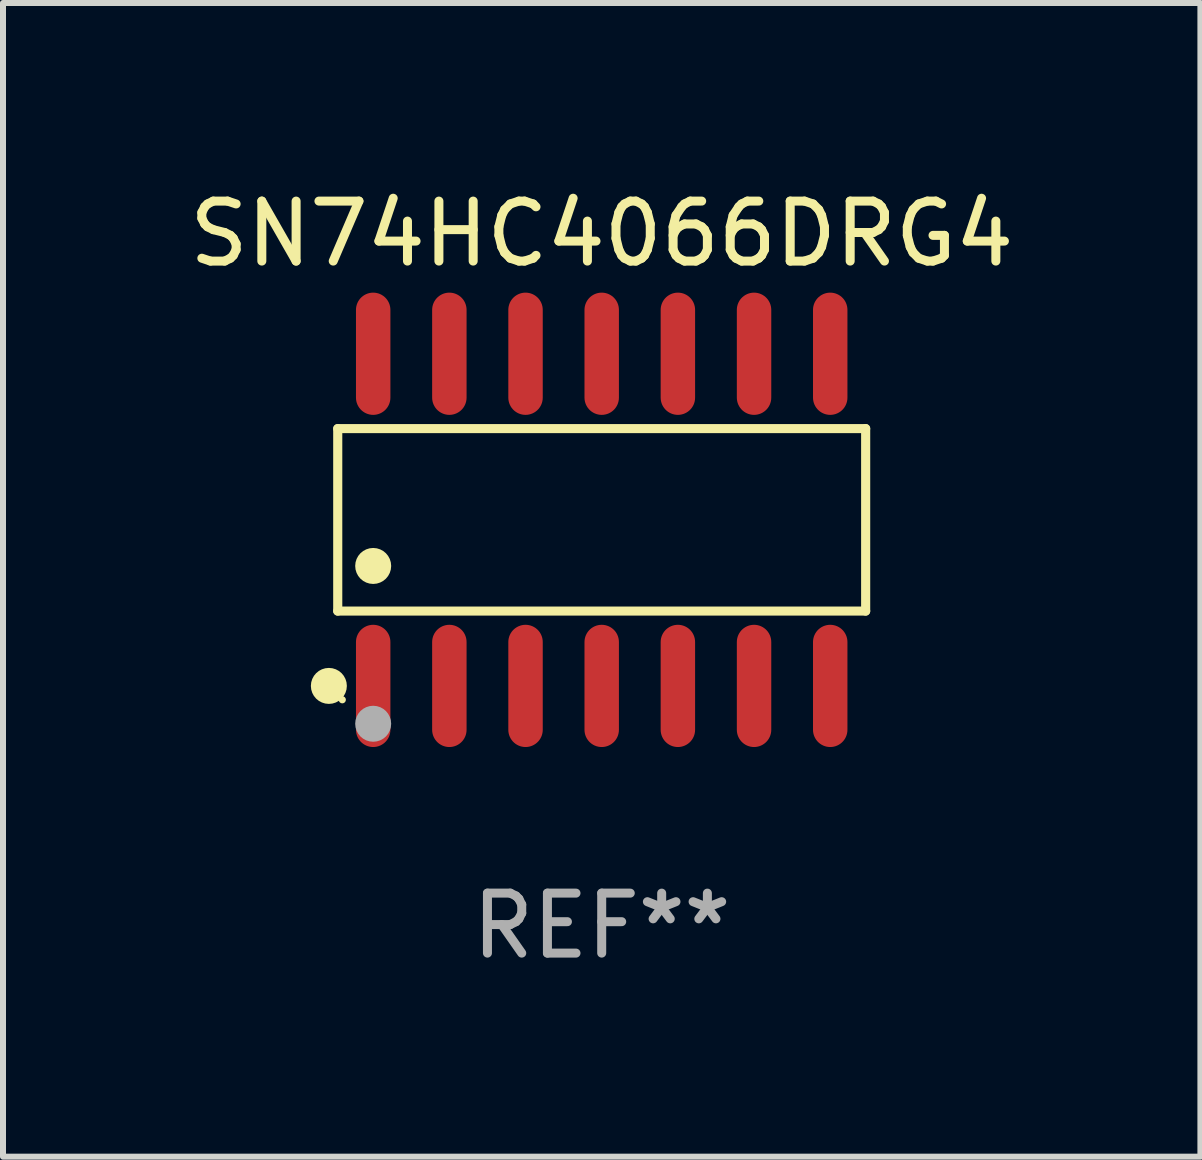
<source format=kicad_pcb>
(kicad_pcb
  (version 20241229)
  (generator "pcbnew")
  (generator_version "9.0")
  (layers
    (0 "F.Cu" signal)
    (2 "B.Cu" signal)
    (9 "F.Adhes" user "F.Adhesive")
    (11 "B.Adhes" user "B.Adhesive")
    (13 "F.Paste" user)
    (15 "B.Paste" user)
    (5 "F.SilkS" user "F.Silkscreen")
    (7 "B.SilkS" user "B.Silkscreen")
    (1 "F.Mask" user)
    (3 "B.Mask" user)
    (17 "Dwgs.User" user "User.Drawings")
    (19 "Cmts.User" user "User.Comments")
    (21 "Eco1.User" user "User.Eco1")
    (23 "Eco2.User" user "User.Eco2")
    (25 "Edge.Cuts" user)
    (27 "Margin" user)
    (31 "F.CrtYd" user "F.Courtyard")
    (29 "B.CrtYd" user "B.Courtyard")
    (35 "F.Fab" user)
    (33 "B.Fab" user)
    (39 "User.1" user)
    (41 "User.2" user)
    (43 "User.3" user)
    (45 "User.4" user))
  (footprint "SN74HC4066DRG4"
    (layer "F.Cu")
    (at 6.982 5.617)
    (property "Reference" "SN74HC4066DRG4" (at 0 -4.769 0) (layer "F.SilkS") (effects (font (size 1 1) (thickness 0.15))))
    (attr through_hole)
    (fp_line (start -4.401 -1.521) (end 4.401 -1.521) (stroke (width 0.152) (type solid)) (layer "F.SilkS"))
    (fp_line (start -4.401 1.521) (end -4.401 -1.521) (stroke (width 0.152) (type solid)) (layer "F.SilkS"))
    (fp_line (start 4.401 -1.521) (end 4.401 1.521) (stroke (width 0.152) (type solid)) (layer "F.SilkS"))
    (fp_line (start 4.401 1.521) (end -4.401 1.521) (stroke (width 0.152) (type solid)) (layer "F.SilkS"))
    (fp_circle (center -4.549 2.769) (end -4.399 2.769) (stroke (width 0.3) (type solid)) (fill no) (layer "F.SilkS"))
    (fp_circle (center -4.325 3) (end -4.295 3) (stroke (width 0.06) (type solid)) (fill no) (layer "F.SilkS"))
    (fp_circle (center -3.81 0.769) (end -3.66 0.769) (stroke (width 0.3) (type solid)) (fill no) (layer "F.SilkS"))
    (fp_circle (center -3.81 3.4) (end -3.66 3.4) (stroke (width 0.3) (type solid)) (fill no) (layer "F.Fab"))
    (fp_text user "REF**" (at 0 6.769 0) (layer "F.Fab") (effects (font (size 1 1) (thickness 0.15))))
    (pad "1" smd oval (at -3.81 2.769) (size 0.574 2.038) (layers "F.Cu" "F.Mask" "F.Paste"))
    (pad "2" smd oval (at -2.54 2.769) (size 0.574 2.038) (layers "F.Cu" "F.Mask" "F.Paste"))
    (pad "3" smd oval (at -1.27 2.769) (size 0.574 2.038) (layers "F.Cu" "F.Mask" "F.Paste"))
    (pad "4" smd oval (at 0 2.769) (size 0.574 2.038) (layers "F.Cu" "F.Mask" "F.Paste"))
    (pad "5" smd oval (at 1.27 2.769) (size 0.574 2.038) (layers "F.Cu" "F.Mask" "F.Paste"))
    (pad "6" smd oval (at 2.54 2.769) (size 0.574 2.038) (layers "F.Cu" "F.Mask" "F.Paste"))
    (pad "7" smd oval (at 3.81 2.769) (size 0.574 2.038) (layers "F.Cu" "F.Mask" "F.Paste"))
    (pad "8" smd oval (at 3.81 -2.769) (size 0.574 2.038) (layers "F.Cu" "F.Mask" "F.Paste"))
    (pad "9" smd oval (at 2.54 -2.769) (size 0.574 2.038) (layers "F.Cu" "F.Mask" "F.Paste"))
    (pad "10" smd oval (at 1.27 -2.769) (size 0.574 2.038) (layers "F.Cu" "F.Mask" "F.Paste"))
    (pad "11" smd oval (at 0 -2.769) (size 0.574 2.038) (layers "F.Cu" "F.Mask" "F.Paste"))
    (pad "12" smd oval (at -1.27 -2.769) (size 0.574 2.038) (layers "F.Cu" "F.Mask" "F.Paste"))
    (pad "13" smd oval (at -2.54 -2.769) (size 0.574 2.038) (layers "F.Cu" "F.Mask" "F.Paste"))
    (pad "14" smd oval (at -3.81 -2.769) (size 0.574 2.038) (layers "F.Cu" "F.Mask" "F.Paste")))
  (gr_rect
    (start -3 -3)
    (end 16.964 16.235)
    (stroke (width 0.1) (type default))
    (fill no)
    (layer "Edge.Cuts")))
</source>
